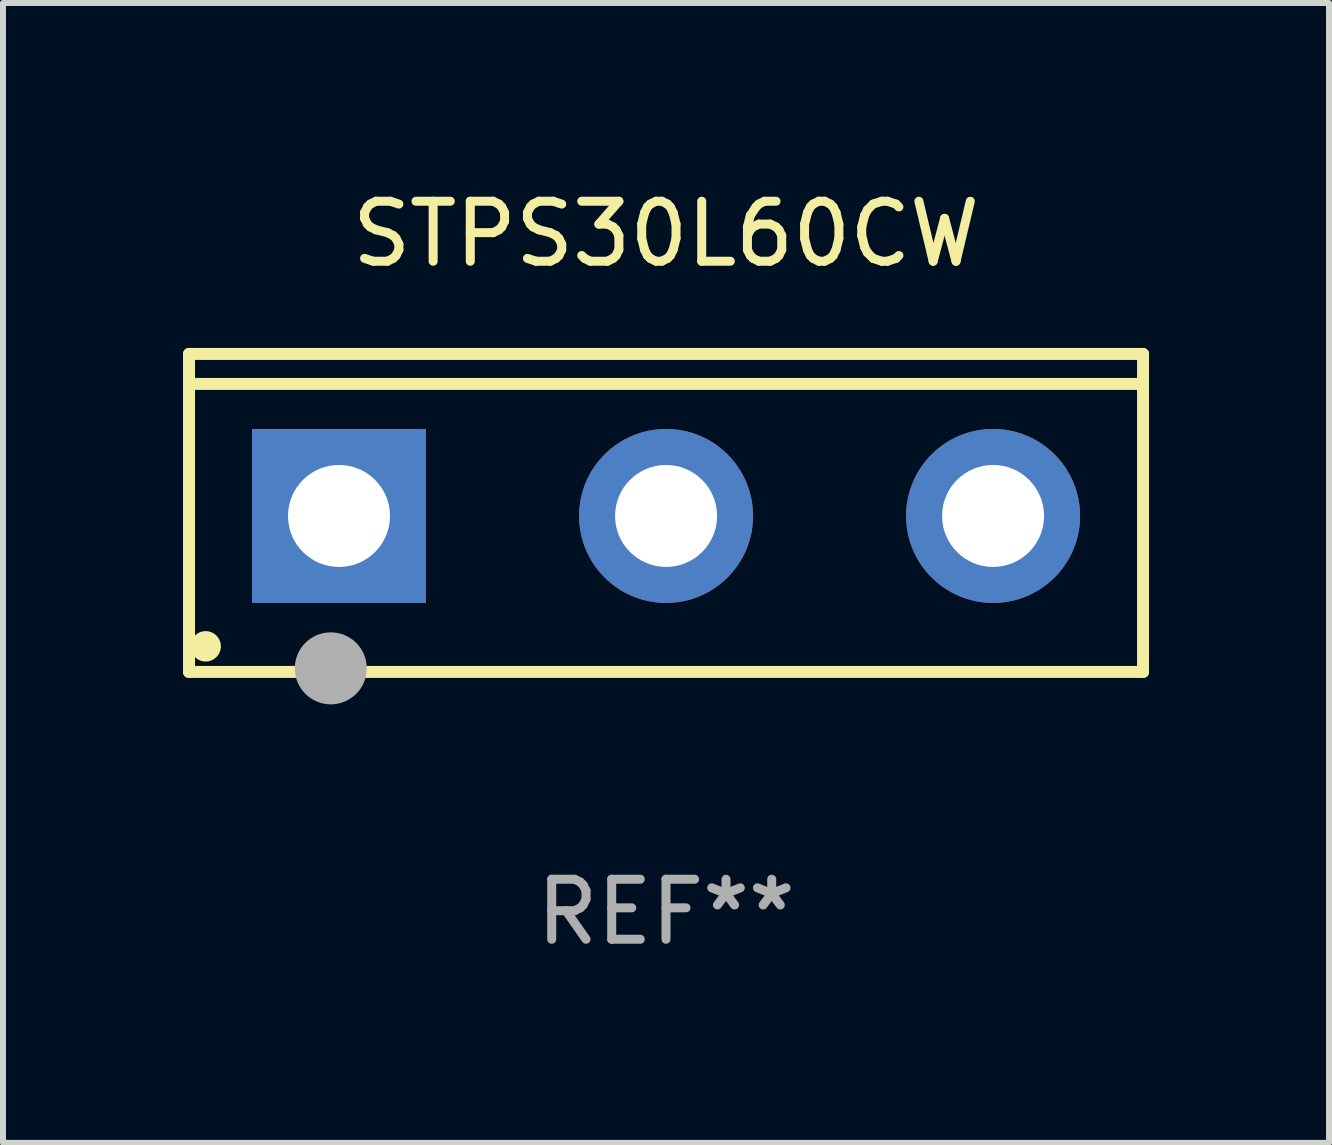
<source format=kicad_pcb>
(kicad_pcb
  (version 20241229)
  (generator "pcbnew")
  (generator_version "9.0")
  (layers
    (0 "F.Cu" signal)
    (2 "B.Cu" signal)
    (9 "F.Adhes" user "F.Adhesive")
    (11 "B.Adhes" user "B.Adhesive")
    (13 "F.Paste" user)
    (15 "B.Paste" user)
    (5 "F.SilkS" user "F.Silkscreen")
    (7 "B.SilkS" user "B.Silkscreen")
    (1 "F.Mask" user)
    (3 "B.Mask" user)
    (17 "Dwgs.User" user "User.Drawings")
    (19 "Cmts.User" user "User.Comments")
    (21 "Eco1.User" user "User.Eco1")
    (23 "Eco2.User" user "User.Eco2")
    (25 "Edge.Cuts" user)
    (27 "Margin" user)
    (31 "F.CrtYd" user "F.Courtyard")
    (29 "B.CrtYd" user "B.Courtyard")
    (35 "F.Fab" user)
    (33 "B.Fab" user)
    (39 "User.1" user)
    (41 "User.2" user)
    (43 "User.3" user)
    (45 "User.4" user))
  (footprint "STPS30L60CW"
    (layer "F.Cu")
    (at 8.05 5.499)
    (property "Reference" "STPS30L60CW" (at 0 -4.65 0) (layer "F.SilkS") (effects (font (size 1 1) (thickness 0.15))))
    (attr through_hole)
    (fp_line (start -7.95 -2.65) (end -7.95 2.65) (stroke (width 0.2) (type solid)) (layer "F.SilkS"))
    (fp_line (start -7.95 -2.15) (end 7.95 -2.15) (stroke (width 0.2) (type solid)) (layer "F.SilkS"))
    (fp_line (start -7.95 2.65) (end 7.95 2.65) (stroke (width 0.2) (type solid)) (layer "F.SilkS"))
    (fp_line (start 7.95 -2.65) (end -7.95 -2.65) (stroke (width 0.2) (type solid)) (layer "F.SilkS"))
    (fp_line (start 7.95 2.65) (end 7.95 -2.65) (stroke (width 0.2) (type solid)) (layer "F.SilkS"))
    (fp_circle (center -7.672 2.223) (end -7.545 2.223) (stroke (width 0.254) (type solid)) (fill no) (layer "F.SilkS"))
    (fp_circle (center -5.587 2.59) (end -5.287 2.59) (stroke (width 0.6) (type solid)) (fill no) (layer "F.Fab"))
    (fp_text user "REF**" (at 0 6.65 0) (layer "F.Fab") (effects (font (size 1 1) (thickness 0.15))))
    (pad "1" thru_hole rect (at -5.45 0.05) (size 2.9 2.9) (drill 1.7) (layers "*.Cu" "*.Mask"))
    (pad "2" thru_hole circle (at 0.001 0.05) (size 2.9 2.9) (drill 1.7) (layers "*.Cu" "*.Mask"))
    (pad "3" thru_hole circle (at 5.451 0.05) (size 2.9 2.9) (drill 1.7) (layers "*.Cu" "*.Mask")))
  (gr_rect
    (start -3 -3)
    (end 19.1 15.997)
    (stroke (width 0.1) (type default))
    (fill no)
    (layer "Edge.Cuts")))
</source>
